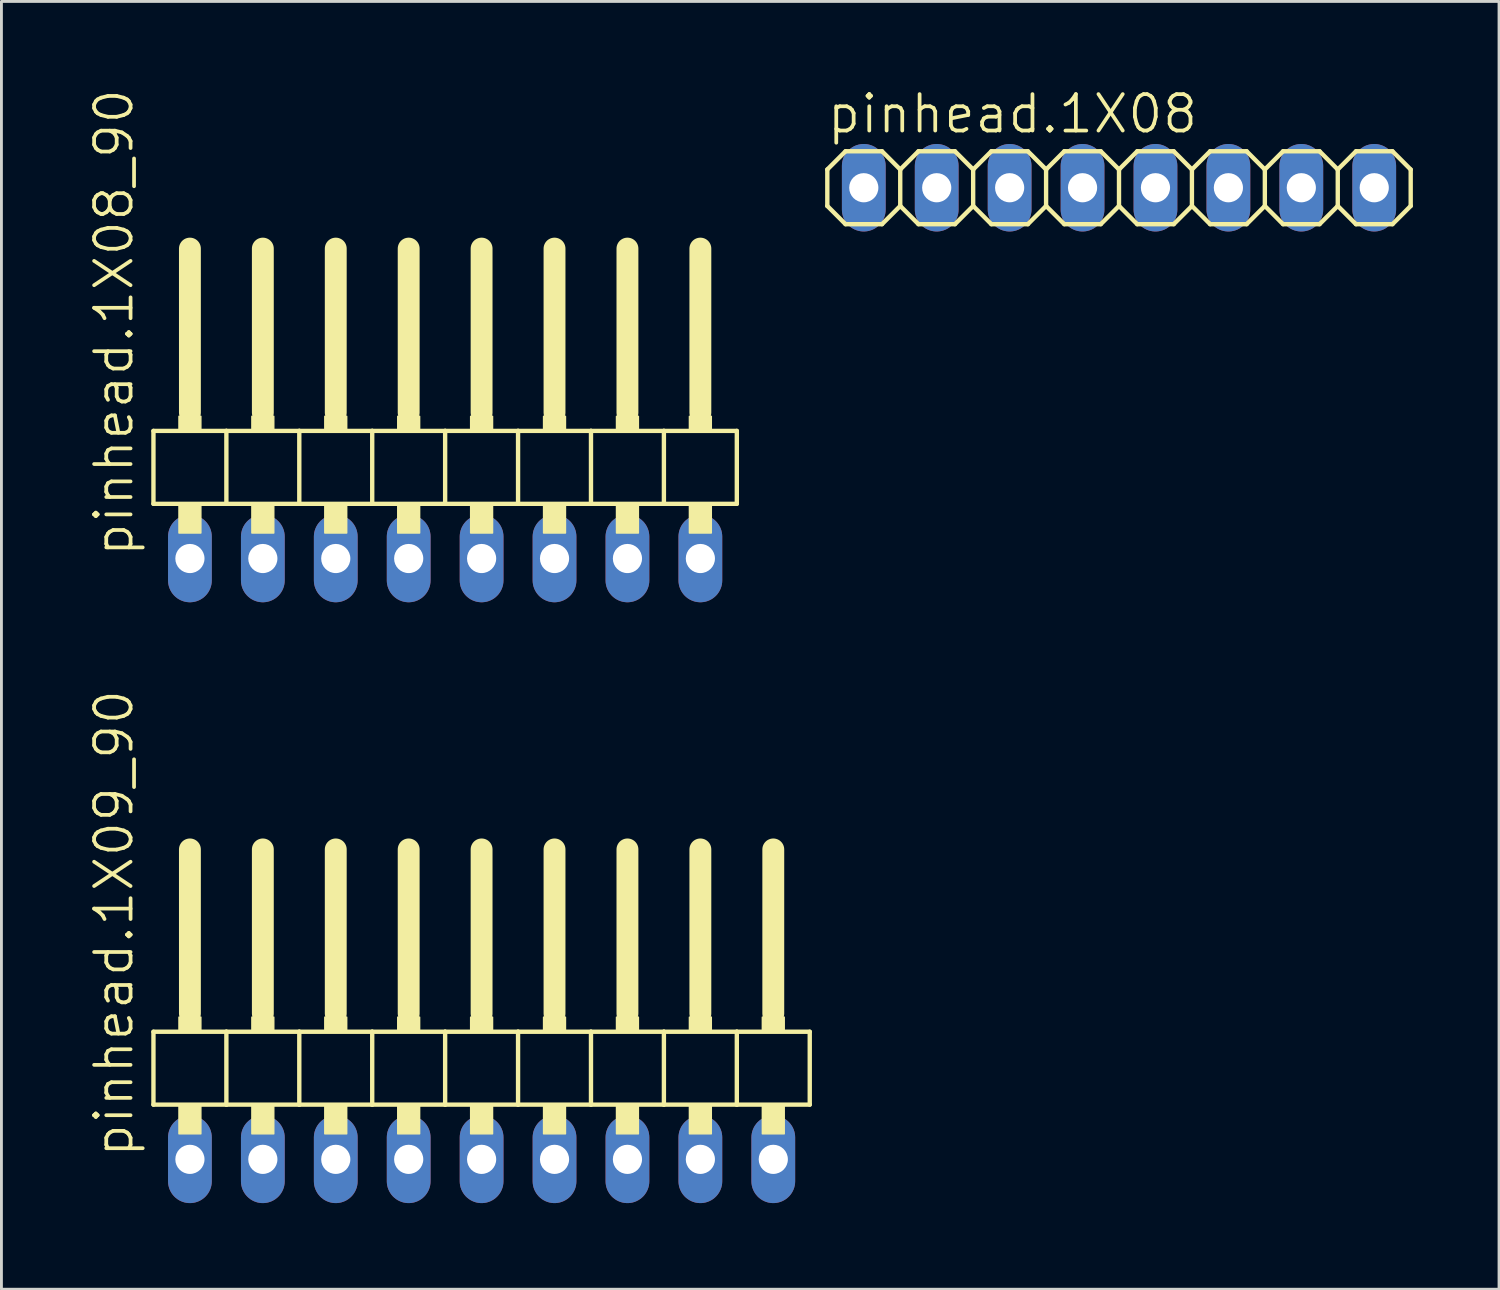
<source format=kicad_pcb>
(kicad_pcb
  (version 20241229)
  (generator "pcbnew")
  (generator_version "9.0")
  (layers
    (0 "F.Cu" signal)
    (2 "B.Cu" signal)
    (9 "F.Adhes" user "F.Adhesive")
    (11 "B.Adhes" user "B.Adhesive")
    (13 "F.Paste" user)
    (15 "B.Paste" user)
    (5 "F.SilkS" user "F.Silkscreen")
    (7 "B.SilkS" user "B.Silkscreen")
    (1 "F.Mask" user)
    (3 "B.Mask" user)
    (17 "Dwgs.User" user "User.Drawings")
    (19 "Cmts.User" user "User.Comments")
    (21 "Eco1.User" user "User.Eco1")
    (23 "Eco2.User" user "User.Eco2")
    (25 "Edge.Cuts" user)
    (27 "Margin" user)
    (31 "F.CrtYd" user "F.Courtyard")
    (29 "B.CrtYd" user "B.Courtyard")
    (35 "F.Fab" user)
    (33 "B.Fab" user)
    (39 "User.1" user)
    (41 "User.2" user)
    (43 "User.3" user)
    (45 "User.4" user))
  (footprint "pinhead.1X08_90"
    (layer "F.Cu")
    (at 12.455 12.594)
    (property "Reference" "pinhead.1X08_90" (at -10.795 3.81 90) (layer "F.SilkS") (effects (font (size 1.27 1.27) (thickness 0.13)) (justify left bottom)))
    (attr through_hole)
    (fp_line (start -10.16 -0.635) (end -10.16 1.905) (stroke (width 0.152) (type default)) (layer "F.SilkS"))
    (fp_line (start -10.16 1.905) (end -7.62 1.905) (stroke (width 0.152) (type default)) (layer "F.SilkS"))
    (fp_line (start -8.89 -6.985) (end -8.89 -1.27) (stroke (width 0.762) (type default)) (layer "F.SilkS"))
    (fp_line (start -7.62 -0.635) (end -10.16 -0.635) (stroke (width 0.152) (type default)) (layer "F.SilkS"))
    (fp_line (start -7.62 1.905) (end -7.62 -0.635) (stroke (width 0.152) (type default)) (layer "F.SilkS"))
    (fp_line (start -7.62 1.905) (end -5.08 1.905) (stroke (width 0.152) (type default)) (layer "F.SilkS"))
    (fp_line (start -6.35 -6.985) (end -6.35 -1.27) (stroke (width 0.762) (type default)) (layer "F.SilkS"))
    (fp_line (start -5.08 -0.635) (end -7.62 -0.635) (stroke (width 0.152) (type default)) (layer "F.SilkS"))
    (fp_line (start -5.08 1.905) (end -5.08 -0.635) (stroke (width 0.152) (type default)) (layer "F.SilkS"))
    (fp_line (start -5.08 1.905) (end -2.54 1.905) (stroke (width 0.152) (type default)) (layer "F.SilkS"))
    (fp_line (start -3.81 -6.985) (end -3.81 -1.27) (stroke (width 0.762) (type default)) (layer "F.SilkS"))
    (fp_line (start -2.54 -0.635) (end -5.08 -0.635) (stroke (width 0.152) (type default)) (layer "F.SilkS"))
    (fp_line (start -2.54 1.905) (end -2.54 -0.635) (stroke (width 0.152) (type default)) (layer "F.SilkS"))
    (fp_line (start -2.54 1.905) (end 0 1.905) (stroke (width 0.152) (type default)) (layer "F.SilkS"))
    (fp_line (start -1.27 -6.985) (end -1.27 -1.27) (stroke (width 0.762) (type default)) (layer "F.SilkS"))
    (fp_line (start 0 -0.635) (end -2.54 -0.635) (stroke (width 0.152) (type default)) (layer "F.SilkS"))
    (fp_line (start 0 1.905) (end 0 -0.635) (stroke (width 0.152) (type default)) (layer "F.SilkS"))
    (fp_line (start 0 1.905) (end 2.54 1.905) (stroke (width 0.152) (type default)) (layer "F.SilkS"))
    (fp_line (start 1.27 -6.985) (end 1.27 -1.27) (stroke (width 0.762) (type default)) (layer "F.SilkS"))
    (fp_line (start 2.54 -0.635) (end 0 -0.635) (stroke (width 0.152) (type default)) (layer "F.SilkS"))
    (fp_line (start 2.54 1.905) (end 2.54 -0.635) (stroke (width 0.152) (type default)) (layer "F.SilkS"))
    (fp_line (start 2.54 1.905) (end 5.08 1.905) (stroke (width 0.152) (type default)) (layer "F.SilkS"))
    (fp_line (start 3.81 -6.985) (end 3.81 -1.27) (stroke (width 0.762) (type default)) (layer "F.SilkS"))
    (fp_line (start 5.08 -0.635) (end 2.54 -0.635) (stroke (width 0.152) (type default)) (layer "F.SilkS"))
    (fp_line (start 5.08 1.905) (end 5.08 -0.635) (stroke (width 0.152) (type default)) (layer "F.SilkS"))
    (fp_line (start 5.08 1.905) (end 7.62 1.905) (stroke (width 0.152) (type default)) (layer "F.SilkS"))
    (fp_line (start 6.35 -6.985) (end 6.35 -1.27) (stroke (width 0.762) (type default)) (layer "F.SilkS"))
    (fp_line (start 7.62 -0.635) (end 5.08 -0.635) (stroke (width 0.152) (type default)) (layer "F.SilkS"))
    (fp_line (start 7.62 1.905) (end 7.62 -0.635) (stroke (width 0.152) (type default)) (layer "F.SilkS"))
    (fp_line (start 7.62 1.905) (end 10.16 1.905) (stroke (width 0.152) (type default)) (layer "F.SilkS"))
    (fp_line (start 8.89 -6.985) (end 8.89 -1.27) (stroke (width 0.762) (type default)) (layer "F.SilkS"))
    (fp_line (start 10.16 -0.635) (end 7.62 -0.635) (stroke (width 0.152) (type default)) (layer "F.SilkS"))
    (fp_line (start 10.16 1.905) (end 10.16 -0.635) (stroke (width 0.152) (type default)) (layer "F.SilkS"))
    (fp_rect (start -9.271 -0.635) (end -8.509 -1.143) (stroke (width 0.05) (type default)) (fill yes) (layer "F.SilkS"))
    (fp_rect (start -9.271 2.921) (end -8.509 1.905) (stroke (width 0.05) (type default)) (fill yes) (layer "F.SilkS"))
    (fp_rect (start -6.731 -0.635) (end -5.969 -1.143) (stroke (width 0.05) (type default)) (fill yes) (layer "F.SilkS"))
    (fp_rect (start -6.731 2.921) (end -5.969 1.905) (stroke (width 0.05) (type default)) (fill yes) (layer "F.SilkS"))
    (fp_rect (start -4.191 -0.635) (end -3.429 -1.143) (stroke (width 0.05) (type default)) (fill yes) (layer "F.SilkS"))
    (fp_rect (start -4.191 2.921) (end -3.429 1.905) (stroke (width 0.05) (type default)) (fill yes) (layer "F.SilkS"))
    (fp_rect (start -1.651 -0.635) (end -0.889 -1.143) (stroke (width 0.05) (type default)) (fill yes) (layer "F.SilkS"))
    (fp_rect (start -1.651 2.921) (end -0.889 1.905) (stroke (width 0.05) (type default)) (fill yes) (layer "F.SilkS"))
    (fp_rect (start 0.889 -0.635) (end 1.651 -1.143) (stroke (width 0.05) (type default)) (fill yes) (layer "F.SilkS"))
    (fp_rect (start 0.889 2.921) (end 1.651 1.905) (stroke (width 0.05) (type default)) (fill yes) (layer "F.SilkS"))
    (fp_rect (start 3.429 -0.635) (end 4.191 -1.143) (stroke (width 0.05) (type default)) (fill yes) (layer "F.SilkS"))
    (fp_rect (start 3.429 2.921) (end 4.191 1.905) (stroke (width 0.05) (type default)) (fill yes) (layer "F.SilkS"))
    (fp_rect (start 5.969 -0.635) (end 6.731 -1.143) (stroke (width 0.05) (type default)) (fill yes) (layer "F.SilkS"))
    (fp_rect (start 5.969 2.921) (end 6.731 1.905) (stroke (width 0.05) (type default)) (fill yes) (layer "F.SilkS"))
    (fp_rect (start 8.509 -0.635) (end 9.271 -1.143) (stroke (width 0.05) (type default)) (fill yes) (layer "F.SilkS"))
    (fp_rect (start 8.509 2.921) (end 9.271 1.905) (stroke (width 0.05) (type default)) (fill yes) (layer "F.SilkS"))
    (pad "1" thru_hole oval (at -8.89 3.81 90) (size 3.048 1.524) (drill 1.016) (layers "*.Cu" "*.Mask"))
    (pad "2" thru_hole oval (at -6.35 3.81 90) (size 3.048 1.524) (drill 1.016) (layers "*.Cu" "*.Mask"))
    (pad "3" thru_hole oval (at -3.81 3.81 90) (size 3.048 1.524) (drill 1.016) (layers "*.Cu" "*.Mask"))
    (pad "4" thru_hole oval (at -1.27 3.81 90) (size 3.048 1.524) (drill 1.016) (layers "*.Cu" "*.Mask"))
    (pad "5" thru_hole oval (at 1.27 3.81 90) (size 3.048 1.524) (drill 1.016) (layers "*.Cu" "*.Mask"))
    (pad "6" thru_hole oval (at 3.81 3.81 90) (size 3.048 1.524) (drill 1.016) (layers "*.Cu" "*.Mask"))
    (pad "7" thru_hole oval (at 6.35 3.81 90) (size 3.048 1.524) (drill 1.016) (layers "*.Cu" "*.Mask"))
    (pad "8" thru_hole oval (at 8.89 3.81 90) (size 3.048 1.524) (drill 1.016) (layers "*.Cu" "*.Mask")))
  (footprint "pinhead.1X08"
    (layer "F.Cu")
    (at 35.927 3.489)
    (property "Reference" "pinhead.1X08" (at -10.236 -1.829 0) (layer "F.SilkS") (effects (font (size 1.27 1.27) (thickness 0.13)) (justify left bottom)))
    (attr through_hole)
    (fp_line (start -10.16 -0.635) (end -10.16 0.635) (stroke (width 0.152) (type default)) (layer "F.SilkS"))
    (fp_line (start -10.16 0.635) (end -9.525 1.27) (stroke (width 0.152) (type default)) (layer "F.SilkS"))
    (fp_line (start -9.525 -1.27) (end -10.16 -0.635) (stroke (width 0.152) (type default)) (layer "F.SilkS"))
    (fp_line (start -9.525 -1.27) (end -8.255 -1.27) (stroke (width 0.152) (type default)) (layer "F.SilkS"))
    (fp_line (start -8.255 -1.27) (end -7.62 -0.635) (stroke (width 0.152) (type default)) (layer "F.SilkS"))
    (fp_line (start -8.255 1.27) (end -9.525 1.27) (stroke (width 0.152) (type default)) (layer "F.SilkS"))
    (fp_line (start -7.62 -0.635) (end -7.62 0.635) (stroke (width 0.152) (type default)) (layer "F.SilkS"))
    (fp_line (start -7.62 -0.635) (end -6.985 -1.27) (stroke (width 0.152) (type default)) (layer "F.SilkS"))
    (fp_line (start -7.62 0.635) (end -8.255 1.27) (stroke (width 0.152) (type default)) (layer "F.SilkS"))
    (fp_line (start -6.985 -1.27) (end -5.715 -1.27) (stroke (width 0.152) (type default)) (layer "F.SilkS"))
    (fp_line (start -6.985 1.27) (end -7.62 0.635) (stroke (width 0.152) (type default)) (layer "F.SilkS"))
    (fp_line (start -5.715 -1.27) (end -5.08 -0.635) (stroke (width 0.152) (type default)) (layer "F.SilkS"))
    (fp_line (start -5.715 1.27) (end -6.985 1.27) (stroke (width 0.152) (type default)) (layer "F.SilkS"))
    (fp_line (start -5.08 -0.635) (end -5.08 0.635) (stroke (width 0.152) (type default)) (layer "F.SilkS"))
    (fp_line (start -5.08 -0.635) (end -4.445 -1.27) (stroke (width 0.152) (type default)) (layer "F.SilkS"))
    (fp_line (start -5.08 0.635) (end -5.715 1.27) (stroke (width 0.152) (type default)) (layer "F.SilkS"))
    (fp_line (start -4.445 -1.27) (end -3.175 -1.27) (stroke (width 0.152) (type default)) (layer "F.SilkS"))
    (fp_line (start -4.445 1.27) (end -5.08 0.635) (stroke (width 0.152) (type default)) (layer "F.SilkS"))
    (fp_line (start -3.175 -1.27) (end -2.54 -0.635) (stroke (width 0.152) (type default)) (layer "F.SilkS"))
    (fp_line (start -3.175 1.27) (end -4.445 1.27) (stroke (width 0.152) (type default)) (layer "F.SilkS"))
    (fp_line (start -2.54 -0.635) (end -2.54 0.635) (stroke (width 0.152) (type default)) (layer "F.SilkS"))
    (fp_line (start -2.54 0.635) (end -3.175 1.27) (stroke (width 0.152) (type default)) (layer "F.SilkS"))
    (fp_line (start -2.54 0.635) (end -1.905 1.27) (stroke (width 0.152) (type default)) (layer "F.SilkS"))
    (fp_line (start -1.905 -1.27) (end -2.54 -0.635) (stroke (width 0.152) (type default)) (layer "F.SilkS"))
    (fp_line (start -1.905 -1.27) (end -0.635 -1.27) (stroke (width 0.152) (type default)) (layer "F.SilkS"))
    (fp_line (start -0.635 -1.27) (end 0 -0.635) (stroke (width 0.152) (type default)) (layer "F.SilkS"))
    (fp_line (start -0.635 1.27) (end -1.905 1.27) (stroke (width 0.152) (type default)) (layer "F.SilkS"))
    (fp_line (start 0 -0.635) (end 0 0.635) (stroke (width 0.152) (type default)) (layer "F.SilkS"))
    (fp_line (start 0 -0.635) (end 0.635 -1.27) (stroke (width 0.152) (type default)) (layer "F.SilkS"))
    (fp_line (start 0 0.635) (end -0.635 1.27) (stroke (width 0.152) (type default)) (layer "F.SilkS"))
    (fp_line (start 0.635 -1.27) (end 1.905 -1.27) (stroke (width 0.152) (type default)) (layer "F.SilkS"))
    (fp_line (start 0.635 1.27) (end 0 0.635) (stroke (width 0.152) (type default)) (layer "F.SilkS"))
    (fp_line (start 1.905 -1.27) (end 2.54 -0.635) (stroke (width 0.152) (type default)) (layer "F.SilkS"))
    (fp_line (start 1.905 1.27) (end 0.635 1.27) (stroke (width 0.152) (type default)) (layer "F.SilkS"))
    (fp_line (start 2.54 -0.635) (end 2.54 0.635) (stroke (width 0.152) (type default)) (layer "F.SilkS"))
    (fp_line (start 2.54 -0.635) (end 3.175 -1.27) (stroke (width 0.152) (type default)) (layer "F.SilkS"))
    (fp_line (start 2.54 0.635) (end 1.905 1.27) (stroke (width 0.152) (type default)) (layer "F.SilkS"))
    (fp_line (start 3.175 -1.27) (end 4.445 -1.27) (stroke (width 0.152) (type default)) (layer "F.SilkS"))
    (fp_line (start 3.175 1.27) (end 2.54 0.635) (stroke (width 0.152) (type default)) (layer "F.SilkS"))
    (fp_line (start 4.445 -1.27) (end 5.08 -0.635) (stroke (width 0.152) (type default)) (layer "F.SilkS"))
    (fp_line (start 4.445 1.27) (end 3.175 1.27) (stroke (width 0.152) (type default)) (layer "F.SilkS"))
    (fp_line (start 5.08 -0.635) (end 5.08 0.635) (stroke (width 0.152) (type default)) (layer "F.SilkS"))
    (fp_line (start 5.08 0.635) (end 4.445 1.27) (stroke (width 0.152) (type default)) (layer "F.SilkS"))
    (fp_line (start 5.08 0.635) (end 5.715 1.27) (stroke (width 0.152) (type default)) (layer "F.SilkS"))
    (fp_line (start 5.715 -1.27) (end 5.08 -0.635) (stroke (width 0.152) (type default)) (layer "F.SilkS"))
    (fp_line (start 5.715 -1.27) (end 6.985 -1.27) (stroke (width 0.152) (type default)) (layer "F.SilkS"))
    (fp_line (start 6.985 -1.27) (end 7.62 -0.635) (stroke (width 0.152) (type default)) (layer "F.SilkS"))
    (fp_line (start 6.985 1.27) (end 5.715 1.27) (stroke (width 0.152) (type default)) (layer "F.SilkS"))
    (fp_line (start 7.62 -0.635) (end 7.62 0.635) (stroke (width 0.152) (type default)) (layer "F.SilkS"))
    (fp_line (start 7.62 0.635) (end 6.985 1.27) (stroke (width 0.152) (type default)) (layer "F.SilkS"))
    (fp_line (start 7.62 0.635) (end 8.255 1.27) (stroke (width 0.152) (type default)) (layer "F.SilkS"))
    (fp_line (start 8.255 -1.27) (end 7.62 -0.635) (stroke (width 0.152) (type default)) (layer "F.SilkS"))
    (fp_line (start 8.255 -1.27) (end 9.525 -1.27) (stroke (width 0.152) (type default)) (layer "F.SilkS"))
    (fp_line (start 9.525 -1.27) (end 10.16 -0.635) (stroke (width 0.152) (type default)) (layer "F.SilkS"))
    (fp_line (start 9.525 1.27) (end 8.255 1.27) (stroke (width 0.152) (type default)) (layer "F.SilkS"))
    (fp_line (start 10.16 -0.635) (end 10.16 0.635) (stroke (width 0.152) (type default)) (layer "F.SilkS"))
    (fp_line (start 10.16 0.635) (end 9.525 1.27) (stroke (width 0.152) (type default)) (layer "F.SilkS"))
    (fp_rect (start -9.144 0.254) (end -8.636 -0.254) (stroke (width 0.05) (type default)) (fill no) (layer "F.Fab"))
    (fp_rect (start -6.604 0.254) (end -6.096 -0.254) (stroke (width 0.05) (type default)) (fill no) (layer "F.Fab"))
    (fp_rect (start -4.064 0.254) (end -3.556 -0.254) (stroke (width 0.05) (type default)) (fill no) (layer "F.Fab"))
    (fp_rect (start -1.524 0.254) (end -1.016 -0.254) (stroke (width 0.05) (type default)) (fill no) (layer "F.Fab"))
    (fp_rect (start 1.016 0.254) (end 1.524 -0.254) (stroke (width 0.05) (type default)) (fill no) (layer "F.Fab"))
    (fp_rect (start 3.556 0.254) (end 4.064 -0.254) (stroke (width 0.05) (type default)) (fill no) (layer "F.Fab"))
    (fp_rect (start 6.096 0.254) (end 6.604 -0.254) (stroke (width 0.05) (type default)) (fill no) (layer "F.Fab"))
    (fp_rect (start 8.636 0.254) (end 9.144 -0.254) (stroke (width 0.05) (type default)) (fill no) (layer "F.Fab"))
    (pad "1" thru_hole oval (at -8.89 0 90) (size 3.048 1.524) (drill 1.016) (layers "*.Cu" "*.Mask"))
    (pad "2" thru_hole oval (at -6.35 0 90) (size 3.048 1.524) (drill 1.016) (layers "*.Cu" "*.Mask"))
    (pad "3" thru_hole oval (at -3.81 0 90) (size 3.048 1.524) (drill 1.016) (layers "*.Cu" "*.Mask"))
    (pad "4" thru_hole oval (at -1.27 0 90) (size 3.048 1.524) (drill 1.016) (layers "*.Cu" "*.Mask"))
    (pad "5" thru_hole oval (at 1.27 0 90) (size 3.048 1.524) (drill 1.016) (layers "*.Cu" "*.Mask"))
    (pad "6" thru_hole oval (at 3.81 0 90) (size 3.048 1.524) (drill 1.016) (layers "*.Cu" "*.Mask"))
    (pad "7" thru_hole oval (at 6.35 0 90) (size 3.048 1.524) (drill 1.016) (layers "*.Cu" "*.Mask"))
    (pad "8" thru_hole oval (at 8.89 0 90) (size 3.048 1.524) (drill 1.016) (layers "*.Cu" "*.Mask")))
  (footprint "pinhead.1X09_90"
    (layer "F.Cu")
    (at 13.725 33.522)
    (property "Reference" "pinhead.1X09_90" (at -12.065 3.81 90) (layer "F.SilkS") (effects (font (size 1.27 1.27) (thickness 0.13)) (justify left bottom)))
    (attr through_hole)
    (fp_line (start -11.43 -0.635) (end -11.43 1.905) (stroke (width 0.152) (type default)) (layer "F.SilkS"))
    (fp_line (start -11.43 1.905) (end -8.89 1.905) (stroke (width 0.152) (type default)) (layer "F.SilkS"))
    (fp_line (start -10.16 -6.985) (end -10.16 -1.27) (stroke (width 0.762) (type default)) (layer "F.SilkS"))
    (fp_line (start -8.89 -0.635) (end -11.43 -0.635) (stroke (width 0.152) (type default)) (layer "F.SilkS"))
    (fp_line (start -8.89 1.905) (end -8.89 -0.635) (stroke (width 0.152) (type default)) (layer "F.SilkS"))
    (fp_line (start -8.89 1.905) (end -6.35 1.905) (stroke (width 0.152) (type default)) (layer "F.SilkS"))
    (fp_line (start -7.62 -6.985) (end -7.62 -1.27) (stroke (width 0.762) (type default)) (layer "F.SilkS"))
    (fp_line (start -6.35 -0.635) (end -8.89 -0.635) (stroke (width 0.152) (type default)) (layer "F.SilkS"))
    (fp_line (start -6.35 1.905) (end -6.35 -0.635) (stroke (width 0.152) (type default)) (layer "F.SilkS"))
    (fp_line (start -6.35 1.905) (end -3.81 1.905) (stroke (width 0.152) (type default)) (layer "F.SilkS"))
    (fp_line (start -5.08 -6.985) (end -5.08 -1.27) (stroke (width 0.762) (type default)) (layer "F.SilkS"))
    (fp_line (start -3.81 -0.635) (end -6.35 -0.635) (stroke (width 0.152) (type default)) (layer "F.SilkS"))
    (fp_line (start -3.81 1.905) (end -3.81 -0.635) (stroke (width 0.152) (type default)) (layer "F.SilkS"))
    (fp_line (start -3.81 1.905) (end -1.27 1.905) (stroke (width 0.152) (type default)) (layer "F.SilkS"))
    (fp_line (start -2.54 -6.985) (end -2.54 -1.27) (stroke (width 0.762) (type default)) (layer "F.SilkS"))
    (fp_line (start -1.27 -0.635) (end -3.81 -0.635) (stroke (width 0.152) (type default)) (layer "F.SilkS"))
    (fp_line (start -1.27 1.905) (end -1.27 -0.635) (stroke (width 0.152) (type default)) (layer "F.SilkS"))
    (fp_line (start -1.27 1.905) (end 1.27 1.905) (stroke (width 0.152) (type default)) (layer "F.SilkS"))
    (fp_line (start 0 -6.985) (end 0 -1.27) (stroke (width 0.762) (type default)) (layer "F.SilkS"))
    (fp_line (start 1.27 -0.635) (end -1.27 -0.635) (stroke (width 0.152) (type default)) (layer "F.SilkS"))
    (fp_line (start 1.27 1.905) (end 1.27 -0.635) (stroke (width 0.152) (type default)) (layer "F.SilkS"))
    (fp_line (start 1.27 1.905) (end 3.81 1.905) (stroke (width 0.152) (type default)) (layer "F.SilkS"))
    (fp_line (start 2.54 -6.985) (end 2.54 -1.27) (stroke (width 0.762) (type default)) (layer "F.SilkS"))
    (fp_line (start 3.81 -0.635) (end 1.27 -0.635) (stroke (width 0.152) (type default)) (layer "F.SilkS"))
    (fp_line (start 3.81 1.905) (end 3.81 -0.635) (stroke (width 0.152) (type default)) (layer "F.SilkS"))
    (fp_line (start 3.81 1.905) (end 6.35 1.905) (stroke (width 0.152) (type default)) (layer "F.SilkS"))
    (fp_line (start 5.08 -6.985) (end 5.08 -1.27) (stroke (width 0.762) (type default)) (layer "F.SilkS"))
    (fp_line (start 6.35 -0.635) (end 3.81 -0.635) (stroke (width 0.152) (type default)) (layer "F.SilkS"))
    (fp_line (start 6.35 1.905) (end 6.35 -0.635) (stroke (width 0.152) (type default)) (layer "F.SilkS"))
    (fp_line (start 6.35 1.905) (end 8.89 1.905) (stroke (width 0.152) (type default)) (layer "F.SilkS"))
    (fp_line (start 7.62 -6.985) (end 7.62 -1.27) (stroke (width 0.762) (type default)) (layer "F.SilkS"))
    (fp_line (start 8.89 -0.635) (end 6.35 -0.635) (stroke (width 0.152) (type default)) (layer "F.SilkS"))
    (fp_line (start 8.89 1.905) (end 8.89 -0.635) (stroke (width 0.152) (type default)) (layer "F.SilkS"))
    (fp_line (start 8.89 1.905) (end 11.43 1.905) (stroke (width 0.152) (type default)) (layer "F.SilkS"))
    (fp_line (start 10.16 -6.985) (end 10.16 -1.27) (stroke (width 0.762) (type default)) (layer "F.SilkS"))
    (fp_line (start 11.43 -0.635) (end 8.89 -0.635) (stroke (width 0.152) (type default)) (layer "F.SilkS"))
    (fp_line (start 11.43 1.905) (end 11.43 -0.635) (stroke (width 0.152) (type default)) (layer "F.SilkS"))
    (fp_rect (start -10.541 -0.635) (end -9.779 -1.143) (stroke (width 0.05) (type default)) (fill yes) (layer "F.SilkS"))
    (fp_rect (start -10.541 2.921) (end -9.779 1.905) (stroke (width 0.05) (type default)) (fill yes) (layer "F.SilkS"))
    (fp_rect (start -8.001 -0.635) (end -7.239 -1.143) (stroke (width 0.05) (type default)) (fill yes) (layer "F.SilkS"))
    (fp_rect (start -8.001 2.921) (end -7.239 1.905) (stroke (width 0.05) (type default)) (fill yes) (layer "F.SilkS"))
    (fp_rect (start -5.461 -0.635) (end -4.699 -1.143) (stroke (width 0.05) (type default)) (fill yes) (layer "F.SilkS"))
    (fp_rect (start -5.461 2.921) (end -4.699 1.905) (stroke (width 0.05) (type default)) (fill yes) (layer "F.SilkS"))
    (fp_rect (start -2.921 -0.635) (end -2.159 -1.143) (stroke (width 0.05) (type default)) (fill yes) (layer "F.SilkS"))
    (fp_rect (start -2.921 2.921) (end -2.159 1.905) (stroke (width 0.05) (type default)) (fill yes) (layer "F.SilkS"))
    (fp_rect (start -0.381 -0.635) (end 0.381 -1.143) (stroke (width 0.05) (type default)) (fill yes) (layer "F.SilkS"))
    (fp_rect (start -0.381 2.921) (end 0.381 1.905) (stroke (width 0.05) (type default)) (fill yes) (layer "F.SilkS"))
    (fp_rect (start 2.159 -0.635) (end 2.921 -1.143) (stroke (width 0.05) (type default)) (fill yes) (layer "F.SilkS"))
    (fp_rect (start 2.159 2.921) (end 2.921 1.905) (stroke (width 0.05) (type default)) (fill yes) (layer "F.SilkS"))
    (fp_rect (start 4.699 -0.635) (end 5.461 -1.143) (stroke (width 0.05) (type default)) (fill yes) (layer "F.SilkS"))
    (fp_rect (start 4.699 2.921) (end 5.461 1.905) (stroke (width 0.05) (type default)) (fill yes) (layer "F.SilkS"))
    (fp_rect (start 7.239 -0.635) (end 8.001 -1.143) (stroke (width 0.05) (type default)) (fill yes) (layer "F.SilkS"))
    (fp_rect (start 7.239 2.921) (end 8.001 1.905) (stroke (width 0.05) (type default)) (fill yes) (layer "F.SilkS"))
    (fp_rect (start 9.779 -0.635) (end 10.541 -1.143) (stroke (width 0.05) (type default)) (fill yes) (layer "F.SilkS"))
    (fp_rect (start 9.779 2.921) (end 10.541 1.905) (stroke (width 0.05) (type default)) (fill yes) (layer "F.SilkS"))
    (pad "1" thru_hole oval (at -10.16 3.81 90) (size 3.048 1.524) (drill 1.016) (layers "*.Cu" "*.Mask"))
    (pad "2" thru_hole oval (at -7.62 3.81 90) (size 3.048 1.524) (drill 1.016) (layers "*.Cu" "*.Mask"))
    (pad "3" thru_hole oval (at -5.08 3.81 90) (size 3.048 1.524) (drill 1.016) (layers "*.Cu" "*.Mask"))
    (pad "4" thru_hole oval (at -2.54 3.81 90) (size 3.048 1.524) (drill 1.016) (layers "*.Cu" "*.Mask"))
    (pad "5" thru_hole oval (at 0 3.81 90) (size 3.048 1.524) (drill 1.016) (layers "*.Cu" "*.Mask"))
    (pad "6" thru_hole oval (at 2.54 3.81 90) (size 3.048 1.524) (drill 1.016) (layers "*.Cu" "*.Mask"))
    (pad "7" thru_hole oval (at 5.08 3.81 90) (size 3.048 1.524) (drill 1.016) (layers "*.Cu" "*.Mask"))
    (pad "8" thru_hole oval (at 7.62 3.81 90) (size 3.048 1.524) (drill 1.016) (layers "*.Cu" "*.Mask"))
    (pad "9" thru_hole oval (at 10.16 3.81 90) (size 3.048 1.524) (drill 1.016) (layers "*.Cu" "*.Mask")))
  (gr_rect
    (start -3 -3)
    (end 49.164 41.856)
    (stroke (width 0.1) (type default))
    (fill no)
    (layer "Edge.Cuts")))
</source>
